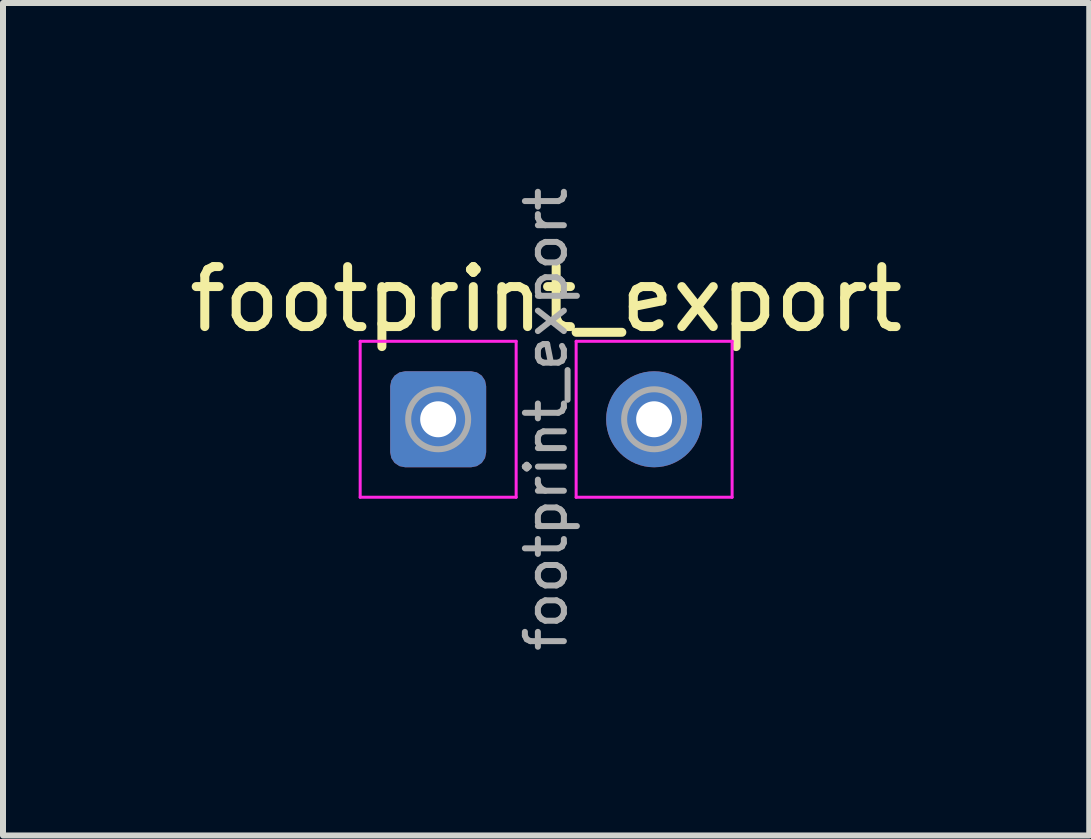
<source format=kicad_pcb>
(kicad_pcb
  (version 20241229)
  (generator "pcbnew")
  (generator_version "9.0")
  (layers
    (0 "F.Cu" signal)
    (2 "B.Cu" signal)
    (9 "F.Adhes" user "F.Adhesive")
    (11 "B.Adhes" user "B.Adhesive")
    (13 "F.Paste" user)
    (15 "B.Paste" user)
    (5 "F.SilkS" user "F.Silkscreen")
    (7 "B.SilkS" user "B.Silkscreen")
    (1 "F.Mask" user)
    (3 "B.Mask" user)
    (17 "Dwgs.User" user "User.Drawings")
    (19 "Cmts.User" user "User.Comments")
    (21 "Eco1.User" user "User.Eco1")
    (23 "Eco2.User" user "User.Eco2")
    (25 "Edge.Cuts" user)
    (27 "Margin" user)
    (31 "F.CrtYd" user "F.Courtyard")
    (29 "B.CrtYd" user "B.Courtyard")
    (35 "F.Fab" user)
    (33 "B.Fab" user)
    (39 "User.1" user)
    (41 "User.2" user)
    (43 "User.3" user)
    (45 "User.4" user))
  (footprint "footprint_export"
    (layer "F.Cu")
    (at 4.254 3.939)
    (property "Reference" "footprint_export" (at 1.8 -2 0) (layer "F.SilkS") (effects (font (size 1 1) (thickness 0.15))))
    (attr exclude_from_pos_files exclude_from_bom)
    (fp_line (start -1.3 -1.3) (end -1.3 1.3) (stroke (width 0.05) (type solid)) (layer "F.CrtYd"))
    (fp_line (start -1.3 1.3) (end 1.3 1.3) (stroke (width 0.05) (type solid)) (layer "F.CrtYd"))
    (fp_line (start 1.3 -1.3) (end -1.3 -1.3) (stroke (width 0.05) (type solid)) (layer "F.CrtYd"))
    (fp_line (start 1.3 1.3) (end 1.3 -1.3) (stroke (width 0.05) (type solid)) (layer "F.CrtYd"))
    (fp_line (start 2.3 -1.3) (end 2.3 1.3) (stroke (width 0.05) (type solid)) (layer "F.CrtYd"))
    (fp_line (start 2.3 1.3) (end 4.9 1.3) (stroke (width 0.05) (type solid)) (layer "F.CrtYd"))
    (fp_line (start 4.9 -1.3) (end 2.3 -1.3) (stroke (width 0.05) (type solid)) (layer "F.CrtYd"))
    (fp_line (start 4.9 1.3) (end 4.9 -1.3) (stroke (width 0.05) (type solid)) (layer "F.CrtYd"))
    (fp_circle (center 0 0) (end 0.5 0) (stroke (width 0.1) (type solid)) (fill no) (layer "F.Fab"))
    (fp_circle (center 3.6 0) (end 4.1 0) (stroke (width 0.1) (type solid)) (fill no) (layer "F.Fab"))
    (fp_text user "${REFERENCE}" (at 1.8 0 90) (layer "F.Fab") (effects (font (size 0.65 0.65) (thickness 0.1))))
    (pad "1" thru_hole roundrect (at 0 0) (size 1.6 1.6) (drill 0.6) (layers "*.Cu" "*.Mask") (roundrect_rratio 0.156))
    (pad "2" thru_hole circle (at 3.6 0) (size 1.6 1.6) (drill 0.6) (layers "*.Cu" "*.Mask")))
  (gr_rect
    (start -3 -3)
    (end 15.107 10.877)
    (stroke (width 0.1) (type default))
    (fill no)
    (layer "Edge.Cuts")))
</source>
